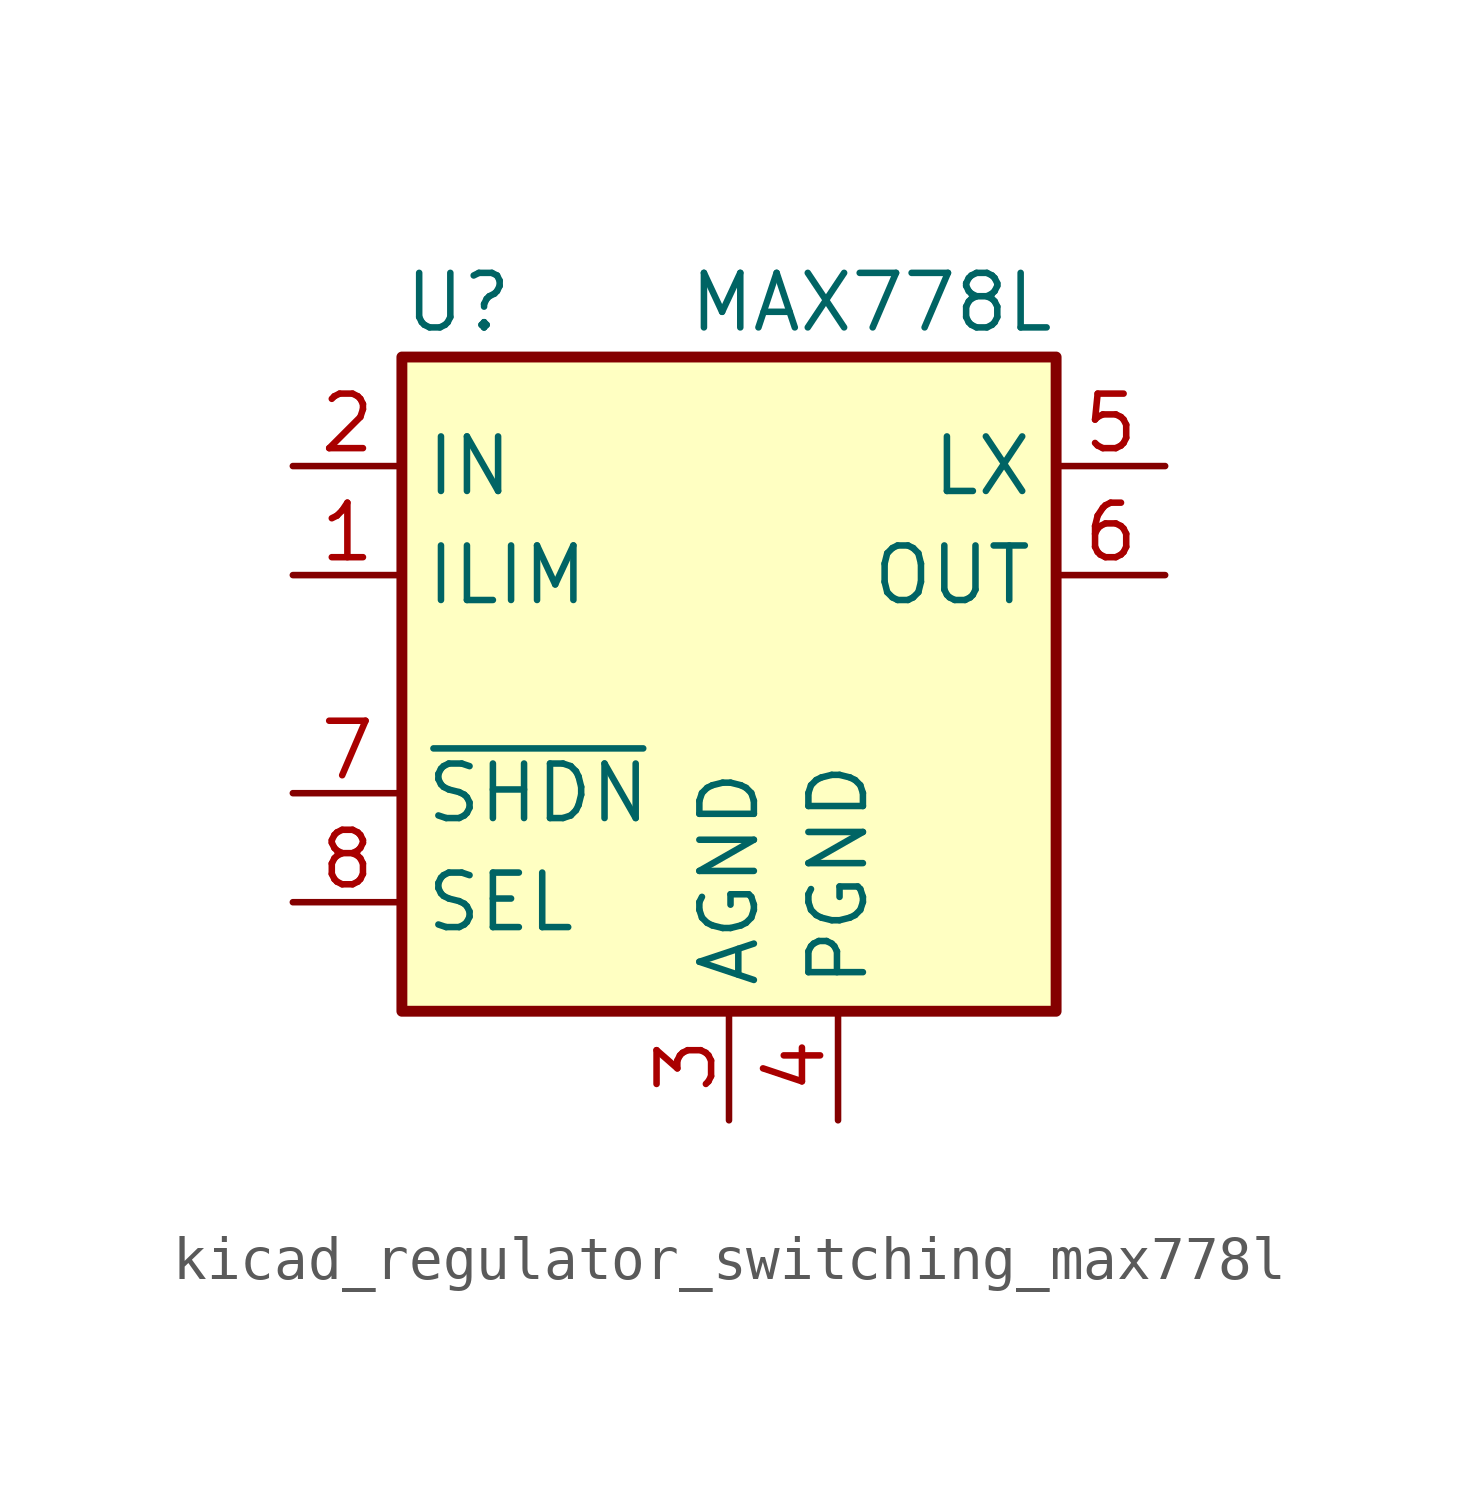
<source format=kicad_sym>
(kicad_symbol_lib
  (version 20220914)
  (generator kicad_symbol_editor)
  (symbol "kicad_regulator_switching_max778l"
    (property "Reference" "U"
      (at -7.62 8.89 0)
      (effects (font (size 1.27 1.27)) (justify left)))
    (property "Value" "MAX778L"
      (at 7.62 8.89 0)
      (effects (font (size 1.27 1.27)) (justify right)))
    (symbol "kicad_regulator_switching_max778l_0_1"
      (rectangle (start -7.62 7.62) (end 7.62 -7.62) (stroke (width 0.254) (type default)) (fill (type background))))
    (symbol "kicad_regulator_switching_max778l_1_1"
      (pin input line (at -10.16 2.54 0) (length 2.54) (name "ILIM" (effects (font (size 1.27 1.27)))) (number "1" (effects (font (size 1.27 1.27)))))
      (pin power_in line (at -10.16 5.08 0) (length 2.54) (name "IN" (effects (font (size 1.27 1.27)))) (number "2" (effects (font (size 1.27 1.27)))))
      (pin power_in line (at 0 -10.16 90) (length 2.54) (name "AGND" (effects (font (size 1.27 1.27)))) (number "3" (effects (font (size 1.27 1.27)))))
      (pin power_in line (at 2.54 -10.16 90) (length 2.54) (name "PGND" (effects (font (size 1.27 1.27)))) (number "4" (effects (font (size 1.27 1.27)))))
      (pin passive line (at 10.16 5.08 180) (length 2.54) (name "LX" (effects (font (size 1.27 1.27)))) (number "5" (effects (font (size 1.27 1.27)))))
      (pin power_out line (at 10.16 2.54 180) (length 2.54) (name "OUT" (effects (font (size 1.27 1.27)))) (number "6" (effects (font (size 1.27 1.27)))))
      (pin input line (at -10.16 -2.54 0) (length 2.54) (name "~{SHDN}" (effects (font (size 1.27 1.27)))) (number "7" (effects (font (size 1.27 1.27)))))
      (pin input line (at -10.16 -5.08 0) (length 2.54) (name "SEL" (effects (font (size 1.27 1.27)))) (number "8" (effects (font (size 1.27 1.27))))))))
</source>
